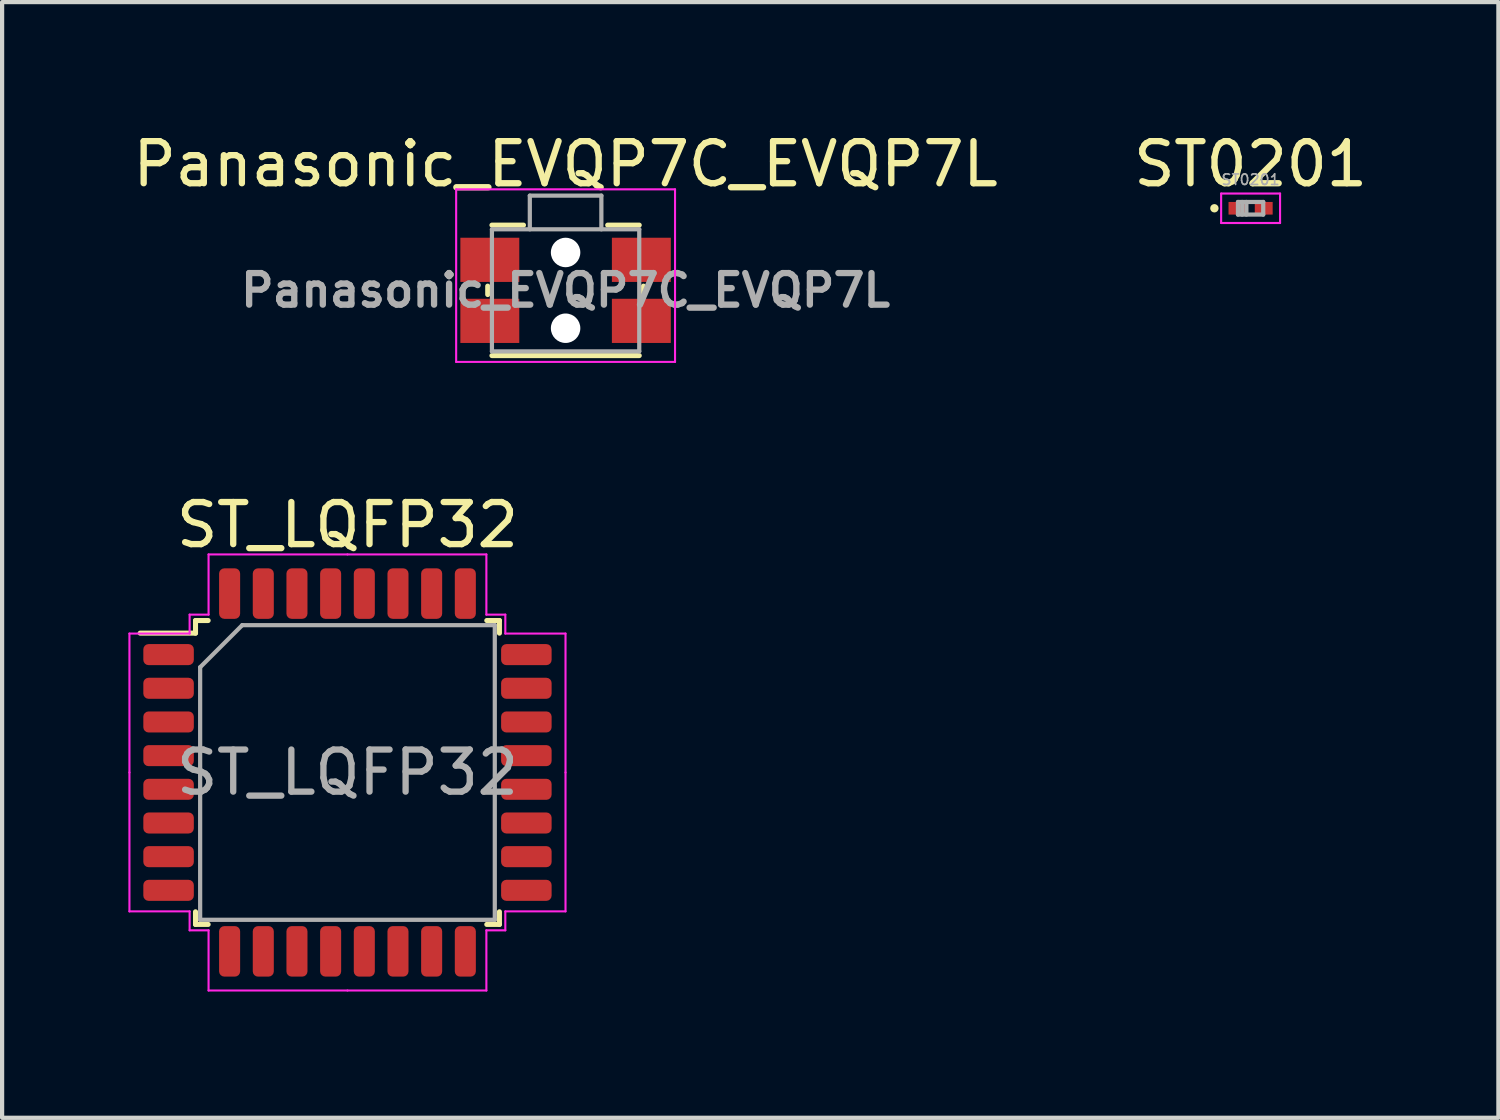
<source format=kicad_pcb>
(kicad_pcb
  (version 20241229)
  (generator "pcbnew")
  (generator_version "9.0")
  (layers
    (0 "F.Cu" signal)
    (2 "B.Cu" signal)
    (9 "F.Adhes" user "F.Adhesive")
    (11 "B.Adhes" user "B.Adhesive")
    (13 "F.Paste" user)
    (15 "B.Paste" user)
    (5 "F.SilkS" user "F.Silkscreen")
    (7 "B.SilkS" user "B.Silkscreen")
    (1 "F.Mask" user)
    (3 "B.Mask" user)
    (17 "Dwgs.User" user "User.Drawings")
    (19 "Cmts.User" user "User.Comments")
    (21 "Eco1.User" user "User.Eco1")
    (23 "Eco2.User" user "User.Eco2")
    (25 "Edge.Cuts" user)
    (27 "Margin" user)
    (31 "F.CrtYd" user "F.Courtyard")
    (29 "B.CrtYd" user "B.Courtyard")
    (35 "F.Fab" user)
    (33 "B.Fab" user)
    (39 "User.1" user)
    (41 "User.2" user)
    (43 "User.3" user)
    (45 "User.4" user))
  (footprint "Panasonic_EVQP7C_EVQP7L"
    (layer "F.Cu")
    (at 10.387 3.848)
    (property "Reference" "Panasonic_EVQP7C_EVQP7L" (at 0 -3 0) (layer "F.SilkS") (effects (font (size 1 1) (thickness 0.15))))
    (attr smd)
    (fp_line (start -1.85 0.1) (end -1.85 -0.1) (stroke (width 0.12) (type solid)) (layer "F.SilkS"))
    (fp_line (start -1 -1.55) (end -1.75 -1.55) (stroke (width 0.12) (type solid)) (layer "F.SilkS"))
    (fp_line (start 1.75 -1.55) (end 1 -1.55) (stroke (width 0.12) (type solid)) (layer "F.SilkS"))
    (fp_line (start 1.75 1.55) (end -1.75 1.55) (stroke (width 0.12) (type solid)) (layer "F.SilkS"))
    (fp_line (start 1.85 0.1) (end 1.85 -0.1) (stroke (width 0.12) (type solid)) (layer "F.SilkS"))
    (fp_line (start -2.6 1.7) (end -2.6 -2.4) (stroke (width 0.05) (type solid)) (layer "F.CrtYd"))
    (fp_line (start 2.6 -2.4) (end -2.6 -2.4) (stroke (width 0.05) (type solid)) (layer "F.CrtYd"))
    (fp_line (start 2.6 1.7) (end -2.6 1.7) (stroke (width 0.05) (type solid)) (layer "F.CrtYd"))
    (fp_line (start 2.6 1.7) (end 2.6 -2.4) (stroke (width 0.05) (type solid)) (layer "F.CrtYd"))
    (fp_line (start -1.75 1.45) (end -1.75 -1.45) (stroke (width 0.1) (type solid)) (layer "F.Fab"))
    (fp_line (start -0.85 -2.25) (end -0.85 -1.45) (stroke (width 0.1) (type solid)) (layer "F.Fab"))
    (fp_line (start 0.85 -2.25) (end -0.85 -2.25) (stroke (width 0.1) (type solid)) (layer "F.Fab"))
    (fp_line (start 0.85 -2.25) (end 0.85 -1.45) (stroke (width 0.1) (type solid)) (layer "F.Fab"))
    (fp_line (start 1.75 -1.45) (end -1.75 -1.45) (stroke (width 0.1) (type solid)) (layer "F.Fab"))
    (fp_line (start 1.75 1.45) (end -1.75 1.45) (stroke (width 0.1) (type solid)) (layer "F.Fab"))
    (fp_line (start 1.75 1.45) (end 1.75 -1.45) (stroke (width 0.1) (type solid)) (layer "F.Fab"))
    (fp_text user "${REFERENCE}" (at 0 0 0) (layer "F.Fab") (effects (font (size 0.75 0.75) (thickness 0.15))))
    (pad "" np_thru_hole circle (at 0 -0.9 180) (size 0.7 0.7) (drill 0.7) (layers "*.Cu" "*.Mask"))
    (pad "" np_thru_hole circle (at 0 0.9 180) (size 0.7 0.7) (drill 0.7) (layers "*.Cu" "*.Mask"))
    (pad "1" smd rect (at -1.8 -0.725 180) (size 1.4 1.05) (layers "F.Cu" "F.Mask" "F.Paste"))
    (pad "1" smd rect (at 1.8 -0.725 180) (size 1.4 1.05) (layers "F.Cu" "F.Mask" "F.Paste"))
    (pad "2" smd rect (at -1.8 0.725 180) (size 1.4 1.05) (layers "F.Cu" "F.Mask" "F.Paste"))
    (pad "2" smd rect (at 1.8 0.725 180) (size 1.4 1.05) (layers "F.Cu" "F.Mask" "F.Paste")))
  (footprint "ST0201"
    (layer "F.Cu")
    (at 26.661 1.898)
    (property "Reference" "ST0201" (at 0 -1.05 0) (layer "F.SilkS") (effects (font (size 1 1) (thickness 0.15))))
    (attr smd)
    (fp_circle (center -0.86 0) (end -0.81 0) (stroke (width 0.1) (type solid)) (fill no) (layer "F.SilkS"))
    (fp_line (start -0.7 -0.35) (end 0.7 -0.35) (stroke (width 0.05) (type solid)) (layer "F.CrtYd"))
    (fp_line (start -0.7 0.35) (end -0.7 -0.35) (stroke (width 0.05) (type solid)) (layer "F.CrtYd"))
    (fp_line (start 0.7 -0.35) (end 0.7 0.35) (stroke (width 0.05) (type solid)) (layer "F.CrtYd"))
    (fp_line (start 0.7 0.35) (end -0.7 0.35) (stroke (width 0.05) (type solid)) (layer "F.CrtYd"))
    (fp_line (start -0.3 -0.15) (end 0.3 -0.15) (stroke (width 0.1) (type solid)) (layer "F.Fab"))
    (fp_line (start -0.3 0.15) (end -0.3 -0.15) (stroke (width 0.1) (type solid)) (layer "F.Fab"))
    (fp_line (start -0.2 0.15) (end -0.2 -0.15) (stroke (width 0.1) (type solid)) (layer "F.Fab"))
    (fp_line (start -0.1 0.15) (end -0.1 -0.15) (stroke (width 0.1) (type solid)) (layer "F.Fab"))
    (fp_line (start 0.3 -0.15) (end 0.3 0.15) (stroke (width 0.1) (type solid)) (layer "F.Fab"))
    (fp_line (start 0.3 0.15) (end -0.3 0.15) (stroke (width 0.1) (type solid)) (layer "F.Fab"))
    (fp_text user "${REFERENCE}" (at 0 -0.68 0) (layer "F.Fab") (effects (font (size 0.25 0.25) (thickness 0.04))))
    (pad "" smd rect (at -0.325 0) (size 0.32 0.225) (layers "F.Paste"))
    (pad "" smd rect (at 0.325 0) (size 0.32 0.225) (layers "F.Paste"))
    (pad "1" smd rect (at -0.312 0) (size 0.425 0.3) (layers "F.Cu" "F.Mask"))
    (pad "2" smd rect (at 0.312 0) (size 0.425 0.3) (layers "F.Cu" "F.Mask")))
  (footprint "ST_LQFP32"
    (layer "F.Cu")
    (at 5.205 15.302)
    (property "Reference" "ST_LQFP32" (at 0 -5.88 0) (layer "F.SilkS") (effects (font (size 1 1) (thickness 0.15))))
    (attr smd)
    (fp_line (start -3.61 -3.61) (end -3.61 -3.31) (stroke (width 0.12) (type solid)) (layer "F.SilkS"))
    (fp_line (start -3.61 -3.31) (end -4.925 -3.31) (stroke (width 0.12) (type solid)) (layer "F.SilkS"))
    (fp_line (start -3.61 3.61) (end -3.61 3.31) (stroke (width 0.12) (type solid)) (layer "F.SilkS"))
    (fp_line (start -3.31 -3.61) (end -3.61 -3.61) (stroke (width 0.12) (type solid)) (layer "F.SilkS"))
    (fp_line (start -3.31 3.61) (end -3.61 3.61) (stroke (width 0.12) (type solid)) (layer "F.SilkS"))
    (fp_line (start 3.31 -3.61) (end 3.61 -3.61) (stroke (width 0.12) (type solid)) (layer "F.SilkS"))
    (fp_line (start 3.31 3.61) (end 3.61 3.61) (stroke (width 0.12) (type solid)) (layer "F.SilkS"))
    (fp_line (start 3.61 -3.61) (end 3.61 -3.31) (stroke (width 0.12) (type solid)) (layer "F.SilkS"))
    (fp_line (start 3.61 3.61) (end 3.61 3.31) (stroke (width 0.12) (type solid)) (layer "F.SilkS"))
    (fp_line (start -5.18 -3.3) (end -5.18 0) (stroke (width 0.05) (type solid)) (layer "F.CrtYd"))
    (fp_line (start -5.18 3.3) (end -5.18 0) (stroke (width 0.05) (type solid)) (layer "F.CrtYd"))
    (fp_line (start -3.75 -3.75) (end -3.75 -3.3) (stroke (width 0.05) (type solid)) (layer "F.CrtYd"))
    (fp_line (start -3.75 -3.3) (end -5.18 -3.3) (stroke (width 0.05) (type solid)) (layer "F.CrtYd"))
    (fp_line (start -3.75 3.3) (end -5.18 3.3) (stroke (width 0.05) (type solid)) (layer "F.CrtYd"))
    (fp_line (start -3.75 3.75) (end -3.75 3.3) (stroke (width 0.05) (type solid)) (layer "F.CrtYd"))
    (fp_line (start -3.3 -5.18) (end -3.3 -3.75) (stroke (width 0.05) (type solid)) (layer "F.CrtYd"))
    (fp_line (start -3.3 -3.75) (end -3.75 -3.75) (stroke (width 0.05) (type solid)) (layer "F.CrtYd"))
    (fp_line (start -3.3 3.75) (end -3.75 3.75) (stroke (width 0.05) (type solid)) (layer "F.CrtYd"))
    (fp_line (start -3.3 5.18) (end -3.3 3.75) (stroke (width 0.05) (type solid)) (layer "F.CrtYd"))
    (fp_line (start 0 -5.18) (end -3.3 -5.18) (stroke (width 0.05) (type solid)) (layer "F.CrtYd"))
    (fp_line (start 0 -5.18) (end 3.3 -5.18) (stroke (width 0.05) (type solid)) (layer "F.CrtYd"))
    (fp_line (start 0 5.18) (end -3.3 5.18) (stroke (width 0.05) (type solid)) (layer "F.CrtYd"))
    (fp_line (start 0 5.18) (end 3.3 5.18) (stroke (width 0.05) (type solid)) (layer "F.CrtYd"))
    (fp_line (start 3.3 -5.18) (end 3.3 -3.75) (stroke (width 0.05) (type solid)) (layer "F.CrtYd"))
    (fp_line (start 3.3 -3.75) (end 3.75 -3.75) (stroke (width 0.05) (type solid)) (layer "F.CrtYd"))
    (fp_line (start 3.3 3.75) (end 3.75 3.75) (stroke (width 0.05) (type solid)) (layer "F.CrtYd"))
    (fp_line (start 3.3 5.18) (end 3.3 3.75) (stroke (width 0.05) (type solid)) (layer "F.CrtYd"))
    (fp_line (start 3.75 -3.75) (end 3.75 -3.3) (stroke (width 0.05) (type solid)) (layer "F.CrtYd"))
    (fp_line (start 3.75 -3.3) (end 5.18 -3.3) (stroke (width 0.05) (type solid)) (layer "F.CrtYd"))
    (fp_line (start 3.75 3.3) (end 5.18 3.3) (stroke (width 0.05) (type solid)) (layer "F.CrtYd"))
    (fp_line (start 3.75 3.75) (end 3.75 3.3) (stroke (width 0.05) (type solid)) (layer "F.CrtYd"))
    (fp_line (start 5.18 -3.3) (end 5.18 0) (stroke (width 0.05) (type solid)) (layer "F.CrtYd"))
    (fp_line (start 5.18 3.3) (end 5.18 0) (stroke (width 0.05) (type solid)) (layer "F.CrtYd"))
    (fp_line (start -3.5 -2.5) (end -2.5 -3.5) (stroke (width 0.1) (type solid)) (layer "F.Fab"))
    (fp_line (start -3.5 3.5) (end -3.5 -2.5) (stroke (width 0.1) (type solid)) (layer "F.Fab"))
    (fp_line (start -2.5 -3.5) (end 3.5 -3.5) (stroke (width 0.1) (type solid)) (layer "F.Fab"))
    (fp_line (start 3.5 -3.5) (end 3.5 3.5) (stroke (width 0.1) (type solid)) (layer "F.Fab"))
    (fp_line (start 3.5 3.5) (end -3.5 3.5) (stroke (width 0.1) (type solid)) (layer "F.Fab"))
    (fp_text user "${REFERENCE}" (at 0 0 0) (layer "F.Fab") (effects (font (size 1 1) (thickness 0.15))))
    (pad "1" smd roundrect (at -4.25 -2.8) (size 1.2 0.5) (layers "F.Cu" "F.Mask" "F.Paste") (roundrect_rratio 0.25))
    (pad "2" smd roundrect (at -4.25 -2) (size 1.2 0.5) (layers "F.Cu" "F.Mask" "F.Paste") (roundrect_rratio 0.25))
    (pad "3" smd roundrect (at -4.25 -1.2) (size 1.2 0.5) (layers "F.Cu" "F.Mask" "F.Paste") (roundrect_rratio 0.25))
    (pad "4" smd roundrect (at -4.25 -0.4) (size 1.2 0.5) (layers "F.Cu" "F.Mask" "F.Paste") (roundrect_rratio 0.25))
    (pad "5" smd roundrect (at -4.25 0.4) (size 1.2 0.5) (layers "F.Cu" "F.Mask" "F.Paste") (roundrect_rratio 0.25))
    (pad "6" smd roundrect (at -4.25 1.2) (size 1.2 0.5) (layers "F.Cu" "F.Mask" "F.Paste") (roundrect_rratio 0.25))
    (pad "7" smd roundrect (at -4.25 2) (size 1.2 0.5) (layers "F.Cu" "F.Mask" "F.Paste") (roundrect_rratio 0.25))
    (pad "8" smd roundrect (at -4.25 2.8) (size 1.2 0.5) (layers "F.Cu" "F.Mask" "F.Paste") (roundrect_rratio 0.25))
    (pad "9" smd roundrect (at -2.8 4.25) (size 0.5 1.2) (layers "F.Cu" "F.Mask" "F.Paste") (roundrect_rratio 0.25))
    (pad "10" smd roundrect (at -2 4.25) (size 0.5 1.2) (layers "F.Cu" "F.Mask" "F.Paste") (roundrect_rratio 0.25))
    (pad "11" smd roundrect (at -1.2 4.25) (size 0.5 1.2) (layers "F.Cu" "F.Mask" "F.Paste") (roundrect_rratio 0.25))
    (pad "12" smd roundrect (at -0.4 4.25) (size 0.5 1.2) (layers "F.Cu" "F.Mask" "F.Paste") (roundrect_rratio 0.25))
    (pad "13" smd roundrect (at 0.4 4.25) (size 0.5 1.2) (layers "F.Cu" "F.Mask" "F.Paste") (roundrect_rratio 0.25))
    (pad "14" smd roundrect (at 1.2 4.25) (size 0.5 1.2) (layers "F.Cu" "F.Mask" "F.Paste") (roundrect_rratio 0.25))
    (pad "15" smd roundrect (at 2 4.25) (size 0.5 1.2) (layers "F.Cu" "F.Mask" "F.Paste") (roundrect_rratio 0.25))
    (pad "16" smd roundrect (at 2.8 4.25) (size 0.5 1.2) (layers "F.Cu" "F.Mask" "F.Paste") (roundrect_rratio 0.25))
    (pad "17" smd roundrect (at 4.25 2.8) (size 1.2 0.5) (layers "F.Cu" "F.Mask" "F.Paste") (roundrect_rratio 0.25))
    (pad "18" smd roundrect (at 4.25 2) (size 1.2 0.5) (layers "F.Cu" "F.Mask" "F.Paste") (roundrect_rratio 0.25))
    (pad "19" smd roundrect (at 4.25 1.2) (size 1.2 0.5) (layers "F.Cu" "F.Mask" "F.Paste") (roundrect_rratio 0.25))
    (pad "20" smd roundrect (at 4.25 0.4) (size 1.2 0.5) (layers "F.Cu" "F.Mask" "F.Paste") (roundrect_rratio 0.25))
    (pad "21" smd roundrect (at 4.25 -0.4) (size 1.2 0.5) (layers "F.Cu" "F.Mask" "F.Paste") (roundrect_rratio 0.25))
    (pad "22" smd roundrect (at 4.25 -1.2) (size 1.2 0.5) (layers "F.Cu" "F.Mask" "F.Paste") (roundrect_rratio 0.25))
    (pad "23" smd roundrect (at 4.25 -2) (size 1.2 0.5) (layers "F.Cu" "F.Mask" "F.Paste") (roundrect_rratio 0.25))
    (pad "24" smd roundrect (at 4.25 -2.8) (size 1.2 0.5) (layers "F.Cu" "F.Mask" "F.Paste") (roundrect_rratio 0.25))
    (pad "25" smd roundrect (at 2.8 -4.25) (size 0.5 1.2) (layers "F.Cu" "F.Mask" "F.Paste") (roundrect_rratio 0.25))
    (pad "26" smd roundrect (at 2 -4.25) (size 0.5 1.2) (layers "F.Cu" "F.Mask" "F.Paste") (roundrect_rratio 0.25))
    (pad "27" smd roundrect (at 1.2 -4.25) (size 0.5 1.2) (layers "F.Cu" "F.Mask" "F.Paste") (roundrect_rratio 0.25))
    (pad "28" smd roundrect (at 0.4 -4.25) (size 0.5 1.2) (layers "F.Cu" "F.Mask" "F.Paste") (roundrect_rratio 0.25))
    (pad "29" smd roundrect (at -0.4 -4.25) (size 0.5 1.2) (layers "F.Cu" "F.Mask" "F.Paste") (roundrect_rratio 0.25))
    (pad "30" smd roundrect (at -1.2 -4.25) (size 0.5 1.2) (layers "F.Cu" "F.Mask" "F.Paste") (roundrect_rratio 0.25))
    (pad "31" smd roundrect (at -2 -4.25) (size 0.5 1.2) (layers "F.Cu" "F.Mask" "F.Paste") (roundrect_rratio 0.25))
    (pad "32" smd roundrect (at -2.8 -4.25) (size 0.5 1.2) (layers "F.Cu" "F.Mask" "F.Paste") (roundrect_rratio 0.25)))
  (gr_rect
    (start -3 -3)
    (end 32.548 23.506)
    (stroke (width 0.1) (type default))
    (fill no)
    (layer "Edge.Cuts")))
</source>
